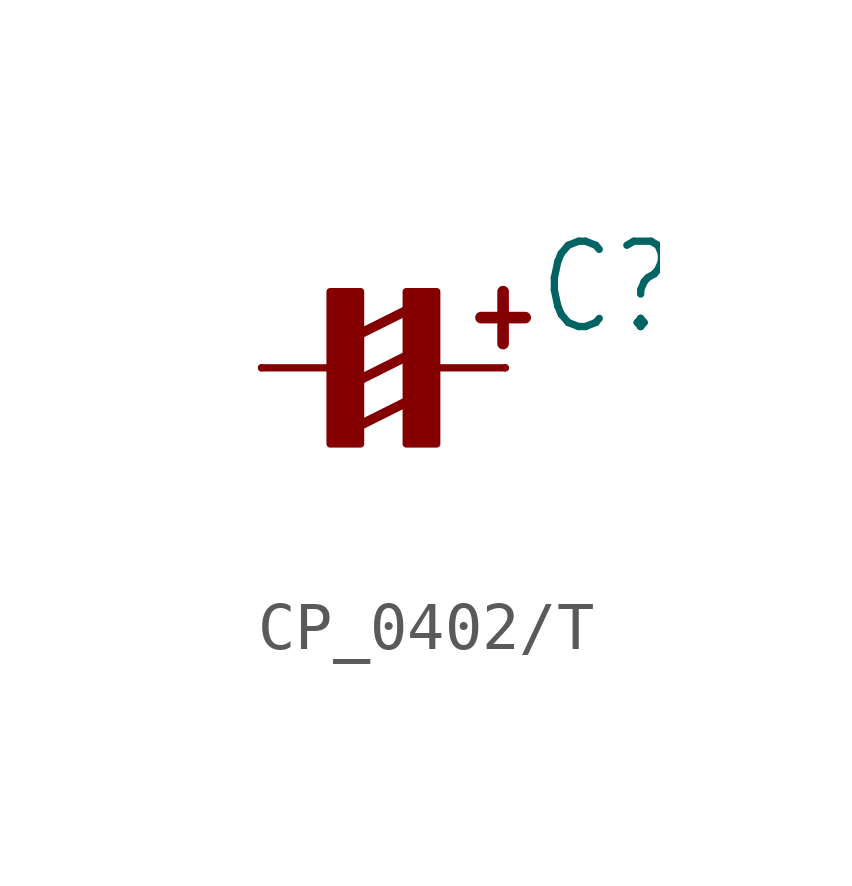
<source format=kicad_sym>
(kicad_symbol_lib
  (version 20231120)
  (generator "kicad_symbol_editor")
  (generator_version "8.0")
  (symbol "CP_0402/T"
    (property "Reference" "C"
      (at 3.175 0.635 0)
      (effects (font (size 1.778 1.511)) (justify left bottom)))
    (property "Value" ""
      (at -3.175 -3.81 0)
      (effects (font (size 1.778 1.511)) (justify left bottom)))
    (property "ki_locked" ""
      (at 0 0 0)
      (effects (font (size 1.27 1.27))))
    (symbol "CP_0402/T_1_0"
      (rectangle (start -1.111 -1.587) (end -0.476 1.587) (stroke (width 0) (type default)) (fill (type outline)))
      (polyline (pts (xy -0.857 0) (xy -2.54 0)) (stroke (width 0.152) (type solid)) (fill (type none)))
      (polyline (pts (xy -0.635 -1.27) (xy 0.635 -0.635)) (stroke (width 0.203) (type solid)) (fill (type none)))
      (polyline (pts (xy -0.635 -0.318) (xy 0.635 0.318)) (stroke (width 0.203) (type solid)) (fill (type none)))
      (polyline (pts (xy -0.635 0.635) (xy 0.635 1.27)) (stroke (width 0.203) (type solid)) (fill (type none)))
      (polyline (pts (xy 0.794 0) (xy 2.54 0)) (stroke (width 0.152) (type solid)) (fill (type none)))
      (rectangle (start 0.476 -1.587) (end 1.111 1.587) (stroke (width 0) (type default)) (fill (type outline)))
      (text "+" (at 1.587 0.318 0) (effects (font (size 1.422 1.209) (thickness 0.242) (bold yes)) (justify left bottom)))
      (pin passive line (at 2.54 0 180) (length 0) (name "+" (effects (font (size 0 0)))) (number "+" (effects (font (size 0 0)))))
      (pin passive line (at -2.54 0 0) (length 0) (name "-" (effects (font (size 0 0)))) (number "-" (effects (font (size 0 0))))))))
</source>
